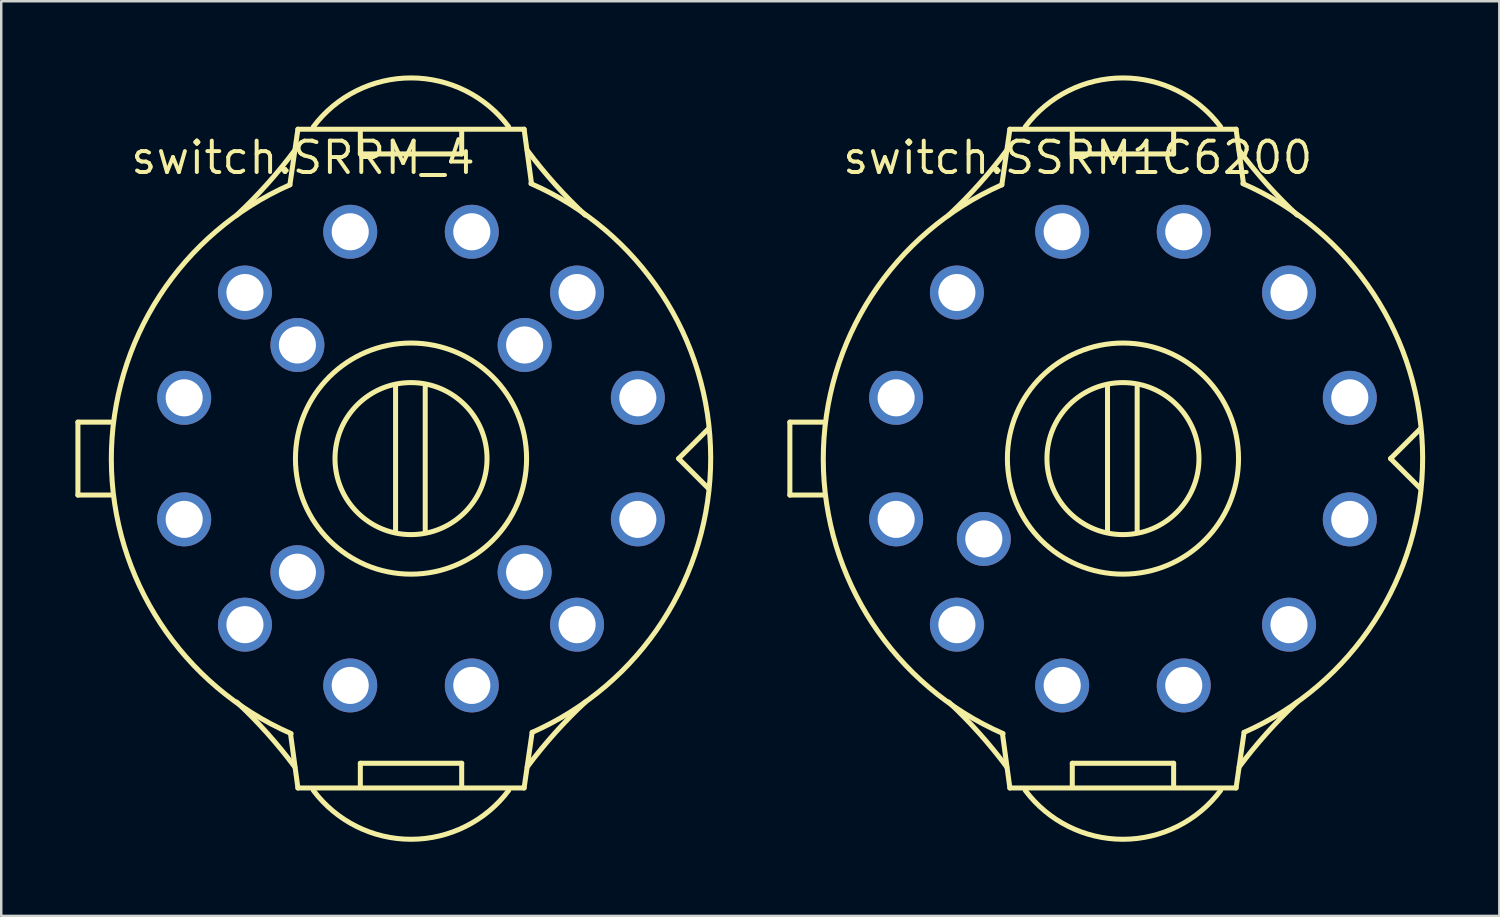
<source format=kicad_pcb>
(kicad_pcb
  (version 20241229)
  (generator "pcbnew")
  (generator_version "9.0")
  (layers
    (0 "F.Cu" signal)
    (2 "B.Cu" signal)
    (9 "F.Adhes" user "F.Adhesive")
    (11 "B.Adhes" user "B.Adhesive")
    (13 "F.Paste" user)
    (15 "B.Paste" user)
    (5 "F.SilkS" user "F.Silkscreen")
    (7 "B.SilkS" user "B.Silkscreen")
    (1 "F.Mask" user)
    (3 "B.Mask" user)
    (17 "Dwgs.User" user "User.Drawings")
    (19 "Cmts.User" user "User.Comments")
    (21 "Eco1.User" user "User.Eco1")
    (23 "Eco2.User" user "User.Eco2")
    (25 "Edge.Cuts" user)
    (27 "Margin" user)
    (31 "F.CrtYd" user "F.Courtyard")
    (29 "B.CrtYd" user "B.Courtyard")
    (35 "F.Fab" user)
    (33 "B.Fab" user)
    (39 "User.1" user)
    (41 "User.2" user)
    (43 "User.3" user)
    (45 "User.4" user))
  (footprint "switch.SRRM_4"
    (layer "F.Cu")
    (at 13.577 15.502)
    (property "Reference" "switch.SRRM_4" (at -11.43 -11.43 0) (layer "F.SilkS") (effects (font (size 1.27 1.27) (thickness 0.16)) (justify left bottom)))
    (attr through_hole)
    (fp_line (start -13.475 -1.475) (end -13.475 1.475) (stroke (width 0.203) (type default)) (layer "F.SilkS"))
    (fp_line (start -13.475 1.475) (end -12.1 1.475) (stroke (width 0.203) (type default)) (layer "F.SilkS"))
    (fp_line (start -12.15 -1.475) (end -13.475 -1.475) (stroke (width 0.203) (type default)) (layer "F.SilkS"))
    (fp_line (start -4.9 -11.075) (end -4.575 -13.325) (stroke (width 0.203) (type default)) (layer "F.SilkS"))
    (fp_line (start -4.575 -13.325) (end 4.575 -13.325) (stroke (width 0.203) (type default)) (layer "F.SilkS"))
    (fp_line (start -4.575 13.325) (end -4.875 11.125) (stroke (width 0.203) (type default)) (layer "F.SilkS"))
    (fp_line (start -2.05 -13.225) (end -2.05 -12.325) (stroke (width 0.203) (type default)) (layer "F.SilkS"))
    (fp_line (start -2.05 -12.325) (end 2.05 -12.325) (stroke (width 0.203) (type default)) (layer "F.SilkS"))
    (fp_line (start -2.05 12.325) (end -2.05 13.225) (stroke (width 0.203) (type default)) (layer "F.SilkS"))
    (fp_line (start -0.625 -2.9) (end -0.625 2.975) (stroke (width 0.203) (type default)) (layer "F.SilkS"))
    (fp_line (start 0.575 -2.9) (end 0.575 2.975) (stroke (width 0.203) (type default)) (layer "F.SilkS"))
    (fp_line (start 2.05 -12.325) (end 2.05 -13.225) (stroke (width 0.203) (type default)) (layer "F.SilkS"))
    (fp_line (start 2.05 12.325) (end -2.05 12.325) (stroke (width 0.203) (type default)) (layer "F.SilkS"))
    (fp_line (start 2.05 13.225) (end 2.05 12.325) (stroke (width 0.203) (type default)) (layer "F.SilkS"))
    (fp_line (start 4.575 -13.325) (end 4.875 -11.125) (stroke (width 0.203) (type default)) (layer "F.SilkS"))
    (fp_line (start 4.575 13.325) (end -4.575 13.325) (stroke (width 0.203) (type default)) (layer "F.SilkS"))
    (fp_line (start 4.9 11.075) (end 4.575 13.325) (stroke (width 0.203) (type default)) (layer "F.SilkS"))
    (fp_line (start 10.825 0) (end 12.025 1.2) (stroke (width 0.203) (type default)) (layer "F.SilkS"))
    (fp_line (start 12.025 -1.2) (end 10.825 0) (stroke (width 0.203) (type default)) (layer "F.SilkS"))
    (fp_arc (start -7.05 9.85) (mid -5.815572 11.109298) (end -4.7 12.475) (stroke (width 0.2032) (type default)) (layer "F.SilkS"))
    (fp_arc (start -4.85 11.125) (mid -12.12335 0.041325) (end -4.9 -11.075) (stroke (width 0.2032) (type default)) (layer "F.SilkS"))
    (fp_arc (start -4.7 -12.475) (mid -5.815572 -11.109298) (end -7.05 -9.85) (stroke (width 0.2032) (type default)) (layer "F.SilkS"))
    (fp_arc (start -3.95 -13.425) (mid 0 -15.4) (end 3.95 -13.425) (stroke (width 0.2032) (type default)) (layer "F.SilkS"))
    (fp_arc (start 3.95 13.425) (mid 0 15.4) (end -3.95 13.425) (stroke (width 0.2032) (type default)) (layer "F.SilkS"))
    (fp_arc (start 4.7 12.475) (mid 5.815572 11.109298) (end 7.05 9.85) (stroke (width 0.2032) (type default)) (layer "F.SilkS"))
    (fp_arc (start 4.85 -11.125) (mid 12.12335 -0.041325) (end 4.9 11.075) (stroke (width 0.2032) (type default)) (layer "F.SilkS"))
    (fp_arc (start 7.05 -9.85) (mid 5.815572 -11.109298) (end 4.7 -12.475) (stroke (width 0.2032) (type default)) (layer "F.SilkS"))
    (fp_circle (center 0 0) (end 3.075 0) (stroke (width 0.203) (type default)) (fill no) (layer "F.SilkS"))
    (fp_circle (center 0 0) (end 4.675 0) (stroke (width 0.203) (type default)) (fill no) (layer "F.SilkS"))
    (pad "1" thru_hole circle (at -9.176 -2.459 90) (size 2.184 2.184) (drill 1.5) (layers "*.Cu" "*.Mask"))
    (pad "2" thru_hole circle (at -6.718 -6.718 90) (size 2.184 2.184) (drill 1.5) (layers "*.Cu" "*.Mask"))
    (pad "3" thru_hole circle (at -2.459 -9.176 90) (size 2.184 2.184) (drill 1.5) (layers "*.Cu" "*.Mask"))
    (pad "4" thru_hole circle (at 2.459 -9.176) (size 2.184 2.184) (drill 1.5) (layers "*.Cu" "*.Mask"))
    (pad "5" thru_hole circle (at 6.718 -6.718) (size 2.184 2.184) (drill 1.5) (layers "*.Cu" "*.Mask"))
    (pad "6" thru_hole circle (at 9.176 -2.459) (size 2.184 2.184) (drill 1.5) (layers "*.Cu" "*.Mask"))
    (pad "7" thru_hole circle (at 9.176 2.459 270) (size 2.184 2.184) (drill 1.5) (layers "*.Cu" "*.Mask"))
    (pad "8" thru_hole circle (at 6.718 6.718 270) (size 2.184 2.184) (drill 1.5) (layers "*.Cu" "*.Mask"))
    (pad "9" thru_hole circle (at 2.459 9.176 270) (size 2.184 2.184) (drill 1.5) (layers "*.Cu" "*.Mask"))
    (pad "10" thru_hole circle (at -2.459 9.176 180) (size 2.184 2.184) (drill 1.5) (layers "*.Cu" "*.Mask"))
    (pad "11" thru_hole circle (at -6.718 6.718 180) (size 2.184 2.184) (drill 1.5) (layers "*.Cu" "*.Mask"))
    (pad "12" thru_hole circle (at -9.176 2.459 180) (size 2.184 2.184) (drill 1.5) (layers "*.Cu" "*.Mask"))
    (pad "13" thru_hole circle (at -4.596 -4.596 105) (size 2.184 2.184) (drill 1.5) (layers "*.Cu" "*.Mask"))
    (pad "14" thru_hole circle (at 4.596 -4.596 15) (size 2.184 2.184) (drill 1.5) (layers "*.Cu" "*.Mask"))
    (pad "15" thru_hole circle (at -4.596 4.596 195) (size 2.184 2.184) (drill 1.5) (layers "*.Cu" "*.Mask"))
    (pad "16" thru_hole circle (at 4.596 4.596 285) (size 2.184 2.184) (drill 1.5) (layers "*.Cu" "*.Mask")))
  (footprint "switch.SSRM1C6200"
    (layer "F.Cu")
    (at 42.378 15.502)
    (property "Reference" "switch.SSRM1C6200" (at -11.43 -11.43 0) (layer "F.SilkS") (effects (font (size 1.27 1.27) (thickness 0.16)) (justify left bottom)))
    (attr through_hole)
    (fp_line (start -13.475 -1.475) (end -13.475 1.475) (stroke (width 0.203) (type default)) (layer "F.SilkS"))
    (fp_line (start -13.475 1.475) (end -12.1 1.475) (stroke (width 0.203) (type default)) (layer "F.SilkS"))
    (fp_line (start -12.15 -1.475) (end -13.475 -1.475) (stroke (width 0.203) (type default)) (layer "F.SilkS"))
    (fp_line (start -4.9 -11.075) (end -4.575 -13.325) (stroke (width 0.203) (type default)) (layer "F.SilkS"))
    (fp_line (start -4.575 -13.325) (end 4.575 -13.325) (stroke (width 0.203) (type default)) (layer "F.SilkS"))
    (fp_line (start -4.575 13.325) (end -4.875 11.125) (stroke (width 0.203) (type default)) (layer "F.SilkS"))
    (fp_line (start -2.05 -13.225) (end -2.05 -12.325) (stroke (width 0.203) (type default)) (layer "F.SilkS"))
    (fp_line (start -2.05 -12.325) (end 2.05 -12.325) (stroke (width 0.203) (type default)) (layer "F.SilkS"))
    (fp_line (start -2.05 12.325) (end -2.05 13.225) (stroke (width 0.203) (type default)) (layer "F.SilkS"))
    (fp_line (start -0.625 -2.9) (end -0.625 2.975) (stroke (width 0.203) (type default)) (layer "F.SilkS"))
    (fp_line (start 0.575 -2.9) (end 0.575 2.975) (stroke (width 0.203) (type default)) (layer "F.SilkS"))
    (fp_line (start 2.05 -12.325) (end 2.05 -13.225) (stroke (width 0.203) (type default)) (layer "F.SilkS"))
    (fp_line (start 2.05 12.325) (end -2.05 12.325) (stroke (width 0.203) (type default)) (layer "F.SilkS"))
    (fp_line (start 2.05 13.225) (end 2.05 12.325) (stroke (width 0.203) (type default)) (layer "F.SilkS"))
    (fp_line (start 4.575 -13.325) (end 4.875 -11.125) (stroke (width 0.203) (type default)) (layer "F.SilkS"))
    (fp_line (start 4.575 13.325) (end -4.575 13.325) (stroke (width 0.203) (type default)) (layer "F.SilkS"))
    (fp_line (start 4.9 11.075) (end 4.575 13.325) (stroke (width 0.203) (type default)) (layer "F.SilkS"))
    (fp_line (start 10.825 0) (end 12.025 1.2) (stroke (width 0.203) (type default)) (layer "F.SilkS"))
    (fp_line (start 12.025 -1.2) (end 10.825 0) (stroke (width 0.203) (type default)) (layer "F.SilkS"))
    (fp_arc (start -7.05 9.85) (mid -5.815572 11.109298) (end -4.7 12.475) (stroke (width 0.2032) (type default)) (layer "F.SilkS"))
    (fp_arc (start -4.85 11.125) (mid -12.12335 0.041325) (end -4.9 -11.075) (stroke (width 0.2032) (type default)) (layer "F.SilkS"))
    (fp_arc (start -4.7 -12.475) (mid -5.815572 -11.109298) (end -7.05 -9.85) (stroke (width 0.2032) (type default)) (layer "F.SilkS"))
    (fp_arc (start -3.95 -13.425) (mid 0 -15.4) (end 3.95 -13.425) (stroke (width 0.2032) (type default)) (layer "F.SilkS"))
    (fp_arc (start 3.95 13.425) (mid 0 15.4) (end -3.95 13.425) (stroke (width 0.2032) (type default)) (layer "F.SilkS"))
    (fp_arc (start 4.7 12.475) (mid 5.815572 11.109298) (end 7.05 9.85) (stroke (width 0.2032) (type default)) (layer "F.SilkS"))
    (fp_arc (start 4.85 -11.125) (mid 12.12335 -0.041325) (end 4.9 11.075) (stroke (width 0.2032) (type default)) (layer "F.SilkS"))
    (fp_arc (start 7.05 -9.85) (mid 5.815572 -11.109298) (end 4.7 -12.475) (stroke (width 0.2032) (type default)) (layer "F.SilkS"))
    (fp_circle (center 0 0) (end 3.075 0) (stroke (width 0.203) (type default)) (fill no) (layer "F.SilkS"))
    (fp_circle (center 0 0) (end 4.675 0) (stroke (width 0.203) (type default)) (fill no) (layer "F.SilkS"))
    (pad "1" thru_hole circle (at -9.176 -2.459 90) (size 2.184 2.184) (drill 1.5) (layers "*.Cu" "*.Mask"))
    (pad "2" thru_hole circle (at -6.718 -6.718 90) (size 2.184 2.184) (drill 1.5) (layers "*.Cu" "*.Mask"))
    (pad "3" thru_hole circle (at -2.459 -9.176 90) (size 2.184 2.184) (drill 1.5) (layers "*.Cu" "*.Mask"))
    (pad "4" thru_hole circle (at 2.459 -9.176) (size 2.184 2.184) (drill 1.5) (layers "*.Cu" "*.Mask"))
    (pad "5" thru_hole circle (at 6.718 -6.718) (size 2.184 2.184) (drill 1.5) (layers "*.Cu" "*.Mask"))
    (pad "6" thru_hole circle (at 9.176 -2.459) (size 2.184 2.184) (drill 1.5) (layers "*.Cu" "*.Mask"))
    (pad "7" thru_hole circle (at 9.176 2.459 270) (size 2.184 2.184) (drill 1.5) (layers "*.Cu" "*.Mask"))
    (pad "8" thru_hole circle (at 6.718 6.718 270) (size 2.184 2.184) (drill 1.5) (layers "*.Cu" "*.Mask"))
    (pad "9" thru_hole circle (at 2.459 9.176 270) (size 2.184 2.184) (drill 1.5) (layers "*.Cu" "*.Mask"))
    (pad "10" thru_hole circle (at -2.459 9.176 180) (size 2.184 2.184) (drill 1.5) (layers "*.Cu" "*.Mask"))
    (pad "11" thru_hole circle (at -6.718 6.718 180) (size 2.184 2.184) (drill 1.5) (layers "*.Cu" "*.Mask"))
    (pad "12" thru_hole circle (at -9.176 2.459 180) (size 2.184 2.184) (drill 1.5) (layers "*.Cu" "*.Mask"))
    (pad "13" thru_hole circle (at -5.629 3.25 180) (size 2.184 2.184) (drill 1.5) (layers "*.Cu" "*.Mask")))
  (gr_rect
    (start -3 -3)
    (end 57.603 34.003)
    (stroke (width 0.1) (type default))
    (fill no)
    (layer "Edge.Cuts")))
</source>
